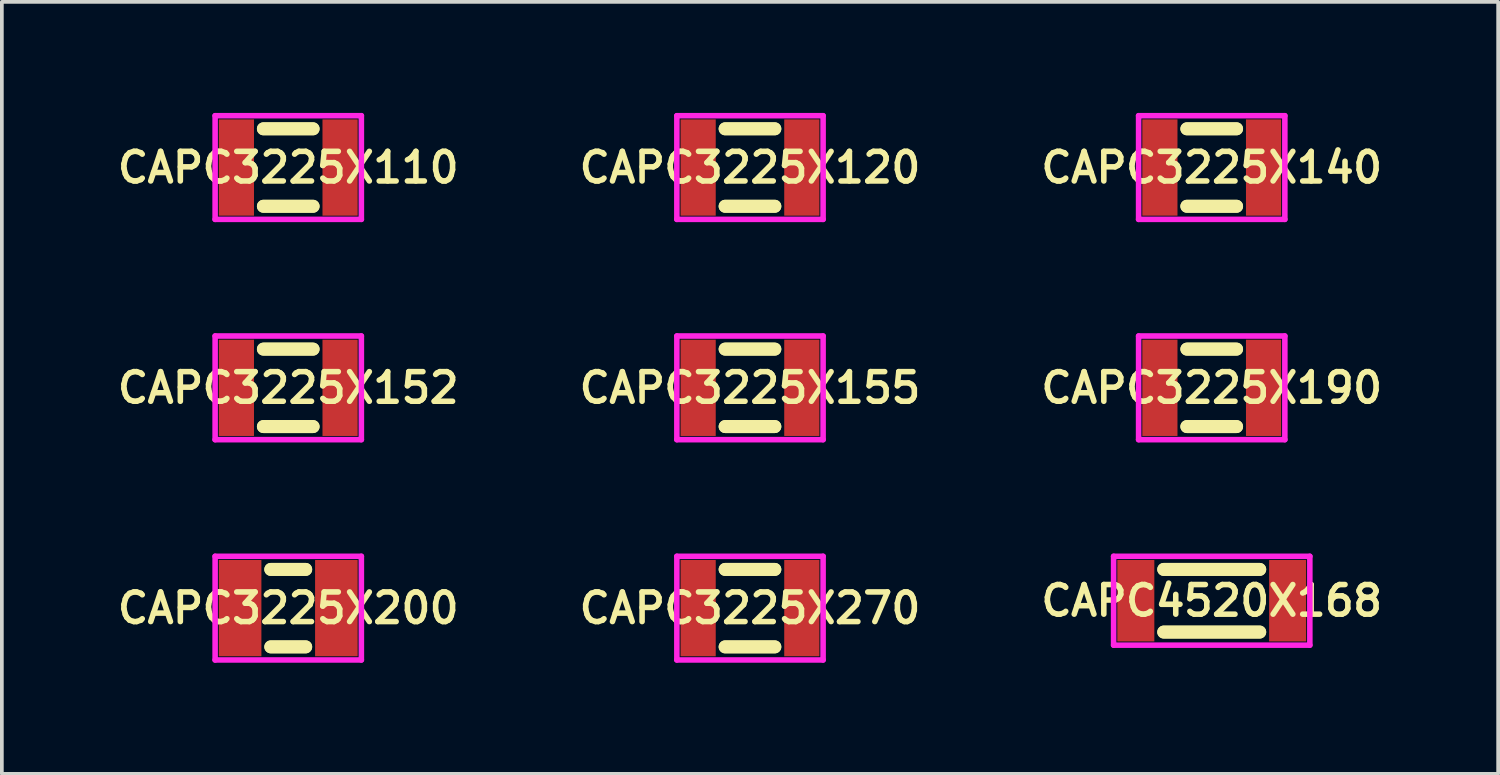
<source format=kicad_pcb>
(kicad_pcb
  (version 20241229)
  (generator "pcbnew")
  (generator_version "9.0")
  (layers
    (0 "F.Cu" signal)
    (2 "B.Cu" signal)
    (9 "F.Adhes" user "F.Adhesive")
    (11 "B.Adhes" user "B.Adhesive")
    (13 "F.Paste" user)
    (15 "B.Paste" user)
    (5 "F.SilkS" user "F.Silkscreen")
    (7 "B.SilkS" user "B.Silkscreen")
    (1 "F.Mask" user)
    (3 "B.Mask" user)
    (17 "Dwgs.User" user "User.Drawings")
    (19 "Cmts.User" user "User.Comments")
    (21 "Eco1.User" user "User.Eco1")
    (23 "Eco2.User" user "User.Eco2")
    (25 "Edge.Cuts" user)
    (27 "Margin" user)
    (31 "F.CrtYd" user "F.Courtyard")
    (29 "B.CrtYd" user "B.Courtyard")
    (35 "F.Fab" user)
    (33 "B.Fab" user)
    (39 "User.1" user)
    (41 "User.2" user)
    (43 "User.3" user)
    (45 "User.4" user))
  (footprint "CAPC3225X140"
    (layer "F.Cu")
    (at 29.677 1.475)
    (property "Reference" "CAPC3225X140" (at 0 0 0) (layer "F.SilkS") (effects (font (size 0.8 0.8) (thickness 0.15))))
    (attr through_hole)
    (fp_line (start -0.671 -1.046) (end 0.671 -1.046) (stroke (width 0.35) (type solid)) (layer "F.SilkS"))
    (fp_line (start -0.671 1.046) (end 0.671 1.046) (stroke (width 0.35) (type solid)) (layer "F.SilkS"))
    (fp_line (start 0.671 -1.046) (end -0.671 -1.046) (stroke (width 0.35) (type solid)) (layer "F.SilkS"))
    (fp_line (start 0.671 1.046) (end -0.671 1.046) (stroke (width 0.35) (type solid)) (layer "F.SilkS"))
    (fp_line (start -1.975 -1.4) (end 1.975 -1.4) (stroke (width 0.15) (type solid)) (layer "F.CrtYd"))
    (fp_line (start -1.975 1.4) (end -1.975 -1.4) (stroke (width 0.15) (type solid)) (layer "F.CrtYd"))
    (fp_line (start 1.975 -1.4) (end 1.975 1.4) (stroke (width 0.15) (type solid)) (layer "F.CrtYd"))
    (fp_line (start 1.975 1.4) (end -1.975 1.4) (stroke (width 0.15) (type solid)) (layer "F.CrtYd"))
    (pad "1" smd rect (at -1.4 0) (size 0.95 2.6) (layers "F.Cu" "F.Mask" "F.Paste"))
    (pad "2" smd rect (at 1.4 0) (size 0.95 2.6) (layers "F.Cu" "F.Mask" "F.Paste")))
  (footprint "CAPC3225X200"
    (layer "F.Cu")
    (at 4.735 13.375)
    (property "Reference" "CAPC3225X200" (at 0 0 0) (layer "F.SilkS") (effects (font (size 0.8 0.8) (thickness 0.15))))
    (attr through_hole)
    (fp_line (start -0.471 -1.046) (end 0.471 -1.046) (stroke (width 0.35) (type solid)) (layer "F.SilkS"))
    (fp_line (start -0.471 1.046) (end 0.471 1.046) (stroke (width 0.35) (type solid)) (layer "F.SilkS"))
    (fp_line (start 0.471 -1.046) (end -0.471 -1.046) (stroke (width 0.35) (type solid)) (layer "F.SilkS"))
    (fp_line (start 0.471 1.046) (end -0.471 1.046) (stroke (width 0.35) (type solid)) (layer "F.SilkS"))
    (fp_line (start -1.975 -1.4) (end 1.975 -1.4) (stroke (width 0.15) (type solid)) (layer "F.CrtYd"))
    (fp_line (start -1.975 1.4) (end -1.975 -1.4) (stroke (width 0.15) (type solid)) (layer "F.CrtYd"))
    (fp_line (start 1.975 -1.4) (end 1.975 1.4) (stroke (width 0.15) (type solid)) (layer "F.CrtYd"))
    (fp_line (start 1.975 1.4) (end -1.975 1.4) (stroke (width 0.15) (type solid)) (layer "F.CrtYd"))
    (pad "1" smd rect (at -1.3 0) (size 1.15 2.6) (layers "F.Cu" "F.Mask" "F.Paste"))
    (pad "2" smd rect (at 1.3 0) (size 1.15 2.6) (layers "F.Cu" "F.Mask" "F.Paste")))
  (footprint "CAPC3225X152"
    (layer "F.Cu")
    (at 4.735 7.425)
    (property "Reference" "CAPC3225X152" (at 0 0 0) (layer "F.SilkS") (effects (font (size 0.8 0.8) (thickness 0.15))))
    (attr through_hole)
    (fp_line (start -0.671 -1.046) (end 0.671 -1.046) (stroke (width 0.35) (type solid)) (layer "F.SilkS"))
    (fp_line (start -0.671 1.046) (end 0.671 1.046) (stroke (width 0.35) (type solid)) (layer "F.SilkS"))
    (fp_line (start 0.671 -1.046) (end -0.671 -1.046) (stroke (width 0.35) (type solid)) (layer "F.SilkS"))
    (fp_line (start 0.671 1.046) (end -0.671 1.046) (stroke (width 0.35) (type solid)) (layer "F.SilkS"))
    (fp_line (start -1.975 -1.4) (end 1.975 -1.4) (stroke (width 0.15) (type solid)) (layer "F.CrtYd"))
    (fp_line (start -1.975 1.4) (end -1.975 -1.4) (stroke (width 0.15) (type solid)) (layer "F.CrtYd"))
    (fp_line (start 1.975 -1.4) (end 1.975 1.4) (stroke (width 0.15) (type solid)) (layer "F.CrtYd"))
    (fp_line (start 1.975 1.4) (end -1.975 1.4) (stroke (width 0.15) (type solid)) (layer "F.CrtYd"))
    (pad "1" smd rect (at -1.4 0) (size 0.95 2.6) (layers "F.Cu" "F.Mask" "F.Paste"))
    (pad "2" smd rect (at 1.4 0) (size 0.95 2.6) (layers "F.Cu" "F.Mask" "F.Paste")))
  (footprint "CAPC3225X270"
    (layer "F.Cu")
    (at 17.206 13.375)
    (property "Reference" "CAPC3225X270" (at 0 0 0) (layer "F.SilkS") (effects (font (size 0.8 0.8) (thickness 0.15))))
    (attr smd)
    (fp_line (start -0.671 -1.046) (end 0.671 -1.046) (stroke (width 0.35) (type solid)) (layer "F.SilkS"))
    (fp_line (start -0.671 1.046) (end 0.671 1.046) (stroke (width 0.35) (type solid)) (layer "F.SilkS"))
    (fp_line (start 0.671 -1.046) (end -0.671 -1.046) (stroke (width 0.35) (type solid)) (layer "F.SilkS"))
    (fp_line (start 0.671 1.046) (end -0.671 1.046) (stroke (width 0.35) (type solid)) (layer "F.SilkS"))
    (fp_line (start -1.975 -1.4) (end 1.975 -1.4) (stroke (width 0.15) (type solid)) (layer "F.CrtYd"))
    (fp_line (start -1.975 1.4) (end -1.975 -1.4) (stroke (width 0.15) (type solid)) (layer "F.CrtYd"))
    (fp_line (start 1.975 -1.4) (end 1.975 1.4) (stroke (width 0.15) (type solid)) (layer "F.CrtYd"))
    (fp_line (start 1.975 1.4) (end -1.975 1.4) (stroke (width 0.15) (type solid)) (layer "F.CrtYd"))
    (pad "1" smd rect (at -1.4 0) (size 0.95 2.6) (layers "F.Cu" "F.Mask" "F.Paste"))
    (pad "2" smd rect (at 1.4 0) (size 0.95 2.6) (layers "F.Cu" "F.Mask" "F.Paste")))
  (footprint "CAPC3225X120"
    (layer "F.Cu")
    (at 17.206 1.475)
    (property "Reference" "CAPC3225X120" (at 0 0 0) (layer "F.SilkS") (effects (font (size 0.8 0.8) (thickness 0.15))))
    (attr through_hole)
    (fp_line (start -0.671 -1.046) (end 0.671 -1.046) (stroke (width 0.35) (type solid)) (layer "F.SilkS"))
    (fp_line (start -0.671 1.046) (end 0.671 1.046) (stroke (width 0.35) (type solid)) (layer "F.SilkS"))
    (fp_line (start 0.671 -1.046) (end -0.671 -1.046) (stroke (width 0.35) (type solid)) (layer "F.SilkS"))
    (fp_line (start 0.671 1.046) (end -0.671 1.046) (stroke (width 0.35) (type solid)) (layer "F.SilkS"))
    (fp_line (start -1.975 -1.4) (end 1.975 -1.4) (stroke (width 0.15) (type solid)) (layer "F.CrtYd"))
    (fp_line (start -1.975 1.4) (end -1.975 -1.4) (stroke (width 0.15) (type solid)) (layer "F.CrtYd"))
    (fp_line (start 1.975 -1.4) (end 1.975 1.4) (stroke (width 0.15) (type solid)) (layer "F.CrtYd"))
    (fp_line (start 1.975 1.4) (end -1.975 1.4) (stroke (width 0.15) (type solid)) (layer "F.CrtYd"))
    (pad "1" smd rect (at -1.4 0) (size 0.95 2.6) (layers "F.Cu" "F.Mask" "F.Paste"))
    (pad "2" smd rect (at 1.4 0) (size 0.95 2.6) (layers "F.Cu" "F.Mask" "F.Paste")))
  (footprint "CAPC3225X110"
    (layer "F.Cu")
    (at 4.735 1.475)
    (property "Reference" "CAPC3225X110" (at 0 0 0) (layer "F.SilkS") (effects (font (size 0.8 0.8) (thickness 0.15))))
    (attr smd)
    (fp_line (start -0.671 -1.046) (end 0.671 -1.046) (stroke (width 0.35) (type solid)) (layer "F.SilkS"))
    (fp_line (start -0.671 1.046) (end 0.671 1.046) (stroke (width 0.35) (type solid)) (layer "F.SilkS"))
    (fp_line (start 0.671 -1.046) (end -0.671 -1.046) (stroke (width 0.35) (type solid)) (layer "F.SilkS"))
    (fp_line (start 0.671 1.046) (end -0.671 1.046) (stroke (width 0.35) (type solid)) (layer "F.SilkS"))
    (fp_line (start -1.975 -1.4) (end 1.975 -1.4) (stroke (width 0.15) (type solid)) (layer "F.CrtYd"))
    (fp_line (start -1.975 1.4) (end -1.975 -1.4) (stroke (width 0.15) (type solid)) (layer "F.CrtYd"))
    (fp_line (start 1.975 -1.4) (end 1.975 1.4) (stroke (width 0.15) (type solid)) (layer "F.CrtYd"))
    (fp_line (start 1.975 1.4) (end -1.975 1.4) (stroke (width 0.15) (type solid)) (layer "F.CrtYd"))
    (pad "1" smd rect (at -1.4 0) (size 0.95 2.6) (layers "F.Cu" "F.Mask" "F.Paste"))
    (pad "2" smd rect (at 1.4 0) (size 0.95 2.6) (layers "F.Cu" "F.Mask" "F.Paste")))
  (footprint "CAPC3225X190"
    (layer "F.Cu")
    (at 29.677 7.425)
    (property "Reference" "CAPC3225X190" (at 0 0 0) (layer "F.SilkS") (effects (font (size 0.8 0.8) (thickness 0.15))))
    (attr smd)
    (fp_line (start -0.671 -1.046) (end 0.671 -1.046) (stroke (width 0.35) (type solid)) (layer "F.SilkS"))
    (fp_line (start -0.671 1.046) (end 0.671 1.046) (stroke (width 0.35) (type solid)) (layer "F.SilkS"))
    (fp_line (start 0.671 -1.046) (end -0.671 -1.046) (stroke (width 0.35) (type solid)) (layer "F.SilkS"))
    (fp_line (start 0.671 1.046) (end -0.671 1.046) (stroke (width 0.35) (type solid)) (layer "F.SilkS"))
    (fp_line (start -1.975 -1.4) (end 1.975 -1.4) (stroke (width 0.15) (type solid)) (layer "F.CrtYd"))
    (fp_line (start -1.975 1.4) (end -1.975 -1.4) (stroke (width 0.15) (type solid)) (layer "F.CrtYd"))
    (fp_line (start 1.975 -1.4) (end 1.975 1.4) (stroke (width 0.15) (type solid)) (layer "F.CrtYd"))
    (fp_line (start 1.975 1.4) (end -1.975 1.4) (stroke (width 0.15) (type solid)) (layer "F.CrtYd"))
    (pad "1" smd rect (at -1.4 0) (size 0.95 2.6) (layers "F.Cu" "F.Mask" "F.Paste"))
    (pad "2" smd rect (at 1.4 0) (size 0.95 2.6) (layers "F.Cu" "F.Mask" "F.Paste")))
  (footprint "CAPC3225X155"
    (layer "F.Cu")
    (at 17.206 7.425)
    (property "Reference" "CAPC3225X155" (at 0 0 0) (layer "F.SilkS") (effects (font (size 0.8 0.8) (thickness 0.15))))
    (attr through_hole)
    (fp_line (start -0.671 -1.046) (end 0.671 -1.046) (stroke (width 0.35) (type solid)) (layer "F.SilkS"))
    (fp_line (start -0.671 1.046) (end 0.671 1.046) (stroke (width 0.35) (type solid)) (layer "F.SilkS"))
    (fp_line (start 0.671 -1.046) (end -0.671 -1.046) (stroke (width 0.35) (type solid)) (layer "F.SilkS"))
    (fp_line (start 0.671 1.046) (end -0.671 1.046) (stroke (width 0.35) (type solid)) (layer "F.SilkS"))
    (fp_line (start -1.975 -1.4) (end 1.975 -1.4) (stroke (width 0.15) (type solid)) (layer "F.CrtYd"))
    (fp_line (start -1.975 1.4) (end -1.975 -1.4) (stroke (width 0.15) (type solid)) (layer "F.CrtYd"))
    (fp_line (start 1.975 -1.4) (end 1.975 1.4) (stroke (width 0.15) (type solid)) (layer "F.CrtYd"))
    (fp_line (start 1.975 1.4) (end -1.975 1.4) (stroke (width 0.15) (type solid)) (layer "F.CrtYd"))
    (pad "1" smd rect (at -1.4 0) (size 0.95 2.6) (layers "F.Cu" "F.Mask" "F.Paste"))
    (pad "2" smd rect (at 1.4 0) (size 0.95 2.6) (layers "F.Cu" "F.Mask" "F.Paste")))
  (footprint "CAPC4520X168"
    (layer "F.Cu")
    (at 29.677 13.175)
    (property "Reference" "CAPC4520X168" (at 0 0 0) (layer "F.SilkS") (effects (font (size 0.8 0.8) (thickness 0.15))))
    (attr smd)
    (fp_line (start -1.296 -0.846) (end 1.296 -0.846) (stroke (width 0.35) (type solid)) (layer "F.SilkS"))
    (fp_line (start -1.296 0.846) (end 1.296 0.846) (stroke (width 0.35) (type solid)) (layer "F.SilkS"))
    (fp_line (start 1.296 -0.846) (end -1.296 -0.846) (stroke (width 0.35) (type solid)) (layer "F.SilkS"))
    (fp_line (start 1.296 0.846) (end -1.296 0.846) (stroke (width 0.35) (type solid)) (layer "F.SilkS"))
    (fp_line (start -2.65 -1.2) (end 2.65 -1.2) (stroke (width 0.15) (type solid)) (layer "F.CrtYd"))
    (fp_line (start -2.65 1.2) (end -2.65 -1.2) (stroke (width 0.15) (type solid)) (layer "F.CrtYd"))
    (fp_line (start 2.65 -1.2) (end 2.65 1.2) (stroke (width 0.15) (type solid)) (layer "F.CrtYd"))
    (fp_line (start 2.65 1.2) (end -2.65 1.2) (stroke (width 0.15) (type solid)) (layer "F.CrtYd"))
    (pad "1" smd rect (at -2.05 0) (size 1 2.2) (layers "F.Cu" "F.Mask" "F.Paste"))
    (pad "2" smd rect (at 2.05 0) (size 1 2.2) (layers "F.Cu" "F.Mask" "F.Paste")))
  (gr_rect
    (start -3 -3)
    (end 37.413 17.85)
    (stroke (width 0.1) (type default))
    (fill no)
    (layer "Edge.Cuts")))
</source>
